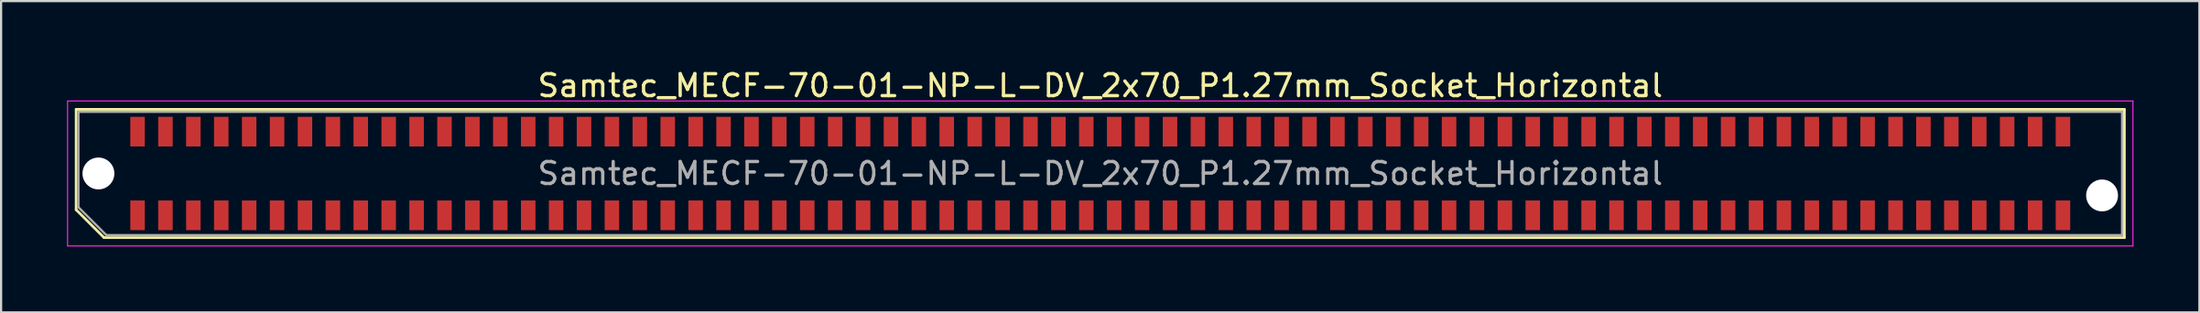
<source format=kicad_pcb>
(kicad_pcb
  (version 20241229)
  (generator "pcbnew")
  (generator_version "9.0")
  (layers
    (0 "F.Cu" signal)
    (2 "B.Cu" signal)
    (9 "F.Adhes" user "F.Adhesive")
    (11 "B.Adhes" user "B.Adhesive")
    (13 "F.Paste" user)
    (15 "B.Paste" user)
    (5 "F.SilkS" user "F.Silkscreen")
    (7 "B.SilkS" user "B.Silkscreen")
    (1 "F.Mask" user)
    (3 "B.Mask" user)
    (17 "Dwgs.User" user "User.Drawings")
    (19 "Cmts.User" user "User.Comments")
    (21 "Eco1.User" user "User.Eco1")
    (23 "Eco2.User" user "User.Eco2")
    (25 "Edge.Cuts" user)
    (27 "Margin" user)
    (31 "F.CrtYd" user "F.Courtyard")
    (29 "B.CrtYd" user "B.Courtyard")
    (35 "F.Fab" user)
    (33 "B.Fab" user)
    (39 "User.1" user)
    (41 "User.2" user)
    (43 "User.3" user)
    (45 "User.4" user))
  (footprint "Samtec_MECF-70-01-NP-L-DV_2x70_P1.27mm_Socket_Horizontal"
    (layer "F.Cu")
    (at 47.025 4.848)
    (property "Reference" "Samtec_MECF-70-01-NP-L-DV_2x70_P1.27mm_Socket_Horizontal" (at 0 -4 0) (layer "F.SilkS") (effects (font (size 1 1) (thickness 0.15))))
    (attr smd)
    (fp_line (start -46.61 -2.92) (end 46.61 -2.92) (stroke (width 0.12) (type solid)) (layer "F.SilkS"))
    (fp_line (start -46.61 1.65) (end -46.61 -2.92) (stroke (width 0.12) (type solid)) (layer "F.SilkS"))
    (fp_line (start -45.34 2.92) (end -46.61 1.65) (stroke (width 0.12) (type solid)) (layer "F.SilkS"))
    (fp_line (start -45.34 2.92) (end 46.61 2.92) (stroke (width 0.12) (type solid)) (layer "F.SilkS"))
    (fp_line (start 46.61 2.92) (end 46.61 -2.92) (stroke (width 0.12) (type solid)) (layer "F.SilkS"))
    (fp_line (start -47 -3.3) (end -47 3.3) (stroke (width 0.05) (type solid)) (layer "F.CrtYd"))
    (fp_line (start -47 3.3) (end 47 3.3) (stroke (width 0.05) (type solid)) (layer "F.CrtYd"))
    (fp_line (start 47 -3.3) (end -47 -3.3) (stroke (width 0.05) (type solid)) (layer "F.CrtYd"))
    (fp_line (start 47 3.3) (end 47 -3.3) (stroke (width 0.05) (type solid)) (layer "F.CrtYd"))
    (fp_line (start -46.505 -2.805) (end 46.505 -2.805) (stroke (width 0.1) (type solid)) (layer "F.Fab"))
    (fp_line (start -46.505 1.535) (end -46.505 -2.805) (stroke (width 0.1) (type solid)) (layer "F.Fab"))
    (fp_line (start -46.505 1.535) (end -45.235 2.805) (stroke (width 0.1) (type solid)) (layer "F.Fab"))
    (fp_line (start -45.235 2.805) (end 46.505 2.805) (stroke (width 0.1) (type solid)) (layer "F.Fab"))
    (fp_line (start 46.505 2.805) (end 46.505 -2.805) (stroke (width 0.1) (type solid)) (layer "F.Fab"))
    (fp_text user "${REFERENCE}" (at 0 0 0) (layer "F.Fab") (effects (font (size 1 1) (thickness 0.15))))
    (pad "" np_thru_hole circle (at -45.595 0) (size 1.45 1.45) (drill 1.45) (layers "*.Cu" "*.Mask"))
    (pad "" np_thru_hole circle (at 45.595 1) (size 1.45 1.45) (drill 1.45) (layers "*.Cu" "*.Mask"))
    (pad "1" smd rect (at -43.815 1.905) (size 0.66 1.35) (layers "F.Cu" "F.Mask" "F.Paste"))
    (pad "2" smd rect (at -43.815 -1.905) (size 0.66 1.35) (layers "F.Cu" "F.Mask" "F.Paste"))
    (pad "3" smd rect (at -42.545 1.905) (size 0.66 1.35) (layers "F.Cu" "F.Mask" "F.Paste"))
    (pad "4" smd rect (at -42.545 -1.905) (size 0.66 1.35) (layers "F.Cu" "F.Mask" "F.Paste"))
    (pad "5" smd rect (at -41.275 1.905) (size 0.66 1.35) (layers "F.Cu" "F.Mask" "F.Paste"))
    (pad "6" smd rect (at -41.275 -1.905) (size 0.66 1.35) (layers "F.Cu" "F.Mask" "F.Paste"))
    (pad "7" smd rect (at -40.005 1.905) (size 0.66 1.35) (layers "F.Cu" "F.Mask" "F.Paste"))
    (pad "8" smd rect (at -40.005 -1.905) (size 0.66 1.35) (layers "F.Cu" "F.Mask" "F.Paste"))
    (pad "9" smd rect (at -38.735 1.905) (size 0.66 1.35) (layers "F.Cu" "F.Mask" "F.Paste"))
    (pad "10" smd rect (at -38.735 -1.905) (size 0.66 1.35) (layers "F.Cu" "F.Mask" "F.Paste"))
    (pad "11" smd rect (at -37.465 1.905) (size 0.66 1.35) (layers "F.Cu" "F.Mask" "F.Paste"))
    (pad "12" smd rect (at -37.465 -1.905) (size 0.66 1.35) (layers "F.Cu" "F.Mask" "F.Paste"))
    (pad "13" smd rect (at -36.195 1.905) (size 0.66 1.35) (layers "F.Cu" "F.Mask" "F.Paste"))
    (pad "14" smd rect (at -36.195 -1.905) (size 0.66 1.35) (layers "F.Cu" "F.Mask" "F.Paste"))
    (pad "15" smd rect (at -34.925 1.905) (size 0.66 1.35) (layers "F.Cu" "F.Mask" "F.Paste"))
    (pad "16" smd rect (at -34.925 -1.905) (size 0.66 1.35) (layers "F.Cu" "F.Mask" "F.Paste"))
    (pad "17" smd rect (at -33.655 1.905) (size 0.66 1.35) (layers "F.Cu" "F.Mask" "F.Paste"))
    (pad "18" smd rect (at -33.655 -1.905) (size 0.66 1.35) (layers "F.Cu" "F.Mask" "F.Paste"))
    (pad "19" smd rect (at -32.385 1.905) (size 0.66 1.35) (layers "F.Cu" "F.Mask" "F.Paste"))
    (pad "20" smd rect (at -32.385 -1.905) (size 0.66 1.35) (layers "F.Cu" "F.Mask" "F.Paste"))
    (pad "21" smd rect (at -31.115 1.905) (size 0.66 1.35) (layers "F.Cu" "F.Mask" "F.Paste"))
    (pad "22" smd rect (at -31.115 -1.905) (size 0.66 1.35) (layers "F.Cu" "F.Mask" "F.Paste"))
    (pad "23" smd rect (at -29.845 1.905) (size 0.66 1.35) (layers "F.Cu" "F.Mask" "F.Paste"))
    (pad "24" smd rect (at -29.845 -1.905) (size 0.66 1.35) (layers "F.Cu" "F.Mask" "F.Paste"))
    (pad "25" smd rect (at -28.575 1.905) (size 0.66 1.35) (layers "F.Cu" "F.Mask" "F.Paste"))
    (pad "26" smd rect (at -28.575 -1.905) (size 0.66 1.35) (layers "F.Cu" "F.Mask" "F.Paste"))
    (pad "27" smd rect (at -27.305 1.905) (size 0.66 1.35) (layers "F.Cu" "F.Mask" "F.Paste"))
    (pad "28" smd rect (at -27.305 -1.905) (size 0.66 1.35) (layers "F.Cu" "F.Mask" "F.Paste"))
    (pad "29" smd rect (at -26.035 1.905) (size 0.66 1.35) (layers "F.Cu" "F.Mask" "F.Paste"))
    (pad "30" smd rect (at -26.035 -1.905) (size 0.66 1.35) (layers "F.Cu" "F.Mask" "F.Paste"))
    (pad "31" smd rect (at -24.765 1.905) (size 0.66 1.35) (layers "F.Cu" "F.Mask" "F.Paste"))
    (pad "32" smd rect (at -24.765 -1.905) (size 0.66 1.35) (layers "F.Cu" "F.Mask" "F.Paste"))
    (pad "33" smd rect (at -23.495 1.905) (size 0.66 1.35) (layers "F.Cu" "F.Mask" "F.Paste"))
    (pad "34" smd rect (at -23.495 -1.905) (size 0.66 1.35) (layers "F.Cu" "F.Mask" "F.Paste"))
    (pad "35" smd rect (at -22.225 1.905) (size 0.66 1.35) (layers "F.Cu" "F.Mask" "F.Paste"))
    (pad "36" smd rect (at -22.225 -1.905) (size 0.66 1.35) (layers "F.Cu" "F.Mask" "F.Paste"))
    (pad "37" smd rect (at -20.955 1.905) (size 0.66 1.35) (layers "F.Cu" "F.Mask" "F.Paste"))
    (pad "38" smd rect (at -20.955 -1.905) (size 0.66 1.35) (layers "F.Cu" "F.Mask" "F.Paste"))
    (pad "39" smd rect (at -19.685 1.905) (size 0.66 1.35) (layers "F.Cu" "F.Mask" "F.Paste"))
    (pad "40" smd rect (at -19.685 -1.905) (size 0.66 1.35) (layers "F.Cu" "F.Mask" "F.Paste"))
    (pad "41" smd rect (at -18.415 1.905) (size 0.66 1.35) (layers "F.Cu" "F.Mask" "F.Paste"))
    (pad "42" smd rect (at -18.415 -1.905) (size 0.66 1.35) (layers "F.Cu" "F.Mask" "F.Paste"))
    (pad "43" smd rect (at -17.145 1.905) (size 0.66 1.35) (layers "F.Cu" "F.Mask" "F.Paste"))
    (pad "44" smd rect (at -17.145 -1.905) (size 0.66 1.35) (layers "F.Cu" "F.Mask" "F.Paste"))
    (pad "45" smd rect (at -15.875 1.905) (size 0.66 1.35) (layers "F.Cu" "F.Mask" "F.Paste"))
    (pad "46" smd rect (at -15.875 -1.905) (size 0.66 1.35) (layers "F.Cu" "F.Mask" "F.Paste"))
    (pad "47" smd rect (at -14.605 1.905) (size 0.66 1.35) (layers "F.Cu" "F.Mask" "F.Paste"))
    (pad "48" smd rect (at -14.605 -1.905) (size 0.66 1.35) (layers "F.Cu" "F.Mask" "F.Paste"))
    (pad "49" smd rect (at -13.335 1.905) (size 0.66 1.35) (layers "F.Cu" "F.Mask" "F.Paste"))
    (pad "50" smd rect (at -13.335 -1.905) (size 0.66 1.35) (layers "F.Cu" "F.Mask" "F.Paste"))
    (pad "51" smd rect (at -12.065 1.905) (size 0.66 1.35) (layers "F.Cu" "F.Mask" "F.Paste"))
    (pad "52" smd rect (at -12.065 -1.905) (size 0.66 1.35) (layers "F.Cu" "F.Mask" "F.Paste"))
    (pad "53" smd rect (at -10.795 1.905) (size 0.66 1.35) (layers "F.Cu" "F.Mask" "F.Paste"))
    (pad "54" smd rect (at -10.795 -1.905) (size 0.66 1.35) (layers "F.Cu" "F.Mask" "F.Paste"))
    (pad "55" smd rect (at -9.525 1.905) (size 0.66 1.35) (layers "F.Cu" "F.Mask" "F.Paste"))
    (pad "56" smd rect (at -9.525 -1.905) (size 0.66 1.35) (layers "F.Cu" "F.Mask" "F.Paste"))
    (pad "57" smd rect (at -8.255 1.905) (size 0.66 1.35) (layers "F.Cu" "F.Mask" "F.Paste"))
    (pad "58" smd rect (at -8.255 -1.905) (size 0.66 1.35) (layers "F.Cu" "F.Mask" "F.Paste"))
    (pad "59" smd rect (at -6.985 1.905) (size 0.66 1.35) (layers "F.Cu" "F.Mask" "F.Paste"))
    (pad "60" smd rect (at -6.985 -1.905) (size 0.66 1.35) (layers "F.Cu" "F.Mask" "F.Paste"))
    (pad "61" smd rect (at -5.715 1.905) (size 0.66 1.35) (layers "F.Cu" "F.Mask" "F.Paste"))
    (pad "62" smd rect (at -5.715 -1.905) (size 0.66 1.35) (layers "F.Cu" "F.Mask" "F.Paste"))
    (pad "63" smd rect (at -4.445 1.905) (size 0.66 1.35) (layers "F.Cu" "F.Mask" "F.Paste"))
    (pad "64" smd rect (at -4.445 -1.905) (size 0.66 1.35) (layers "F.Cu" "F.Mask" "F.Paste"))
    (pad "65" smd rect (at -3.175 1.905) (size 0.66 1.35) (layers "F.Cu" "F.Mask" "F.Paste"))
    (pad "66" smd rect (at -3.175 -1.905) (size 0.66 1.35) (layers "F.Cu" "F.Mask" "F.Paste"))
    (pad "67" smd rect (at -1.905 1.905) (size 0.66 1.35) (layers "F.Cu" "F.Mask" "F.Paste"))
    (pad "68" smd rect (at -1.905 -1.905) (size 0.66 1.35) (layers "F.Cu" "F.Mask" "F.Paste"))
    (pad "69" smd rect (at -0.635 1.905) (size 0.66 1.35) (layers "F.Cu" "F.Mask" "F.Paste"))
    (pad "70" smd rect (at -0.635 -1.905) (size 0.66 1.35) (layers "F.Cu" "F.Mask" "F.Paste"))
    (pad "71" smd rect (at 0.635 1.905) (size 0.66 1.35) (layers "F.Cu" "F.Mask" "F.Paste"))
    (pad "72" smd rect (at 0.635 -1.905) (size 0.66 1.35) (layers "F.Cu" "F.Mask" "F.Paste"))
    (pad "73" smd rect (at 1.905 1.905) (size 0.66 1.35) (layers "F.Cu" "F.Mask" "F.Paste"))
    (pad "74" smd rect (at 1.905 -1.905) (size 0.66 1.35) (layers "F.Cu" "F.Mask" "F.Paste"))
    (pad "75" smd rect (at 3.175 1.905) (size 0.66 1.35) (layers "F.Cu" "F.Mask" "F.Paste"))
    (pad "76" smd rect (at 3.175 -1.905) (size 0.66 1.35) (layers "F.Cu" "F.Mask" "F.Paste"))
    (pad "77" smd rect (at 4.445 1.905) (size 0.66 1.35) (layers "F.Cu" "F.Mask" "F.Paste"))
    (pad "78" smd rect (at 4.445 -1.905) (size 0.66 1.35) (layers "F.Cu" "F.Mask" "F.Paste"))
    (pad "79" smd rect (at 5.715 1.905) (size 0.66 1.35) (layers "F.Cu" "F.Mask" "F.Paste"))
    (pad "80" smd rect (at 5.715 -1.905) (size 0.66 1.35) (layers "F.Cu" "F.Mask" "F.Paste"))
    (pad "81" smd rect (at 6.985 1.905) (size 0.66 1.35) (layers "F.Cu" "F.Mask" "F.Paste"))
    (pad "82" smd rect (at 6.985 -1.905) (size 0.66 1.35) (layers "F.Cu" "F.Mask" "F.Paste"))
    (pad "83" smd rect (at 8.255 1.905) (size 0.66 1.35) (layers "F.Cu" "F.Mask" "F.Paste"))
    (pad "84" smd rect (at 8.255 -1.905) (size 0.66 1.35) (layers "F.Cu" "F.Mask" "F.Paste"))
    (pad "85" smd rect (at 9.525 1.905) (size 0.66 1.35) (layers "F.Cu" "F.Mask" "F.Paste"))
    (pad "86" smd rect (at 9.525 -1.905) (size 0.66 1.35) (layers "F.Cu" "F.Mask" "F.Paste"))
    (pad "87" smd rect (at 10.795 1.905) (size 0.66 1.35) (layers "F.Cu" "F.Mask" "F.Paste"))
    (pad "88" smd rect (at 10.795 -1.905) (size 0.66 1.35) (layers "F.Cu" "F.Mask" "F.Paste"))
    (pad "89" smd rect (at 12.065 1.905) (size 0.66 1.35) (layers "F.Cu" "F.Mask" "F.Paste"))
    (pad "90" smd rect (at 12.065 -1.905) (size 0.66 1.35) (layers "F.Cu" "F.Mask" "F.Paste"))
    (pad "91" smd rect (at 13.335 1.905) (size 0.66 1.35) (layers "F.Cu" "F.Mask" "F.Paste"))
    (pad "92" smd rect (at 13.335 -1.905) (size 0.66 1.35) (layers "F.Cu" "F.Mask" "F.Paste"))
    (pad "93" smd rect (at 14.605 1.905) (size 0.66 1.35) (layers "F.Cu" "F.Mask" "F.Paste"))
    (pad "94" smd rect (at 14.605 -1.905) (size 0.66 1.35) (layers "F.Cu" "F.Mask" "F.Paste"))
    (pad "95" smd rect (at 15.875 1.905) (size 0.66 1.35) (layers "F.Cu" "F.Mask" "F.Paste"))
    (pad "96" smd rect (at 15.875 -1.905) (size 0.66 1.35) (layers "F.Cu" "F.Mask" "F.Paste"))
    (pad "97" smd rect (at 17.145 1.905) (size 0.66 1.35) (layers "F.Cu" "F.Mask" "F.Paste"))
    (pad "98" smd rect (at 17.145 -1.905) (size 0.66 1.35) (layers "F.Cu" "F.Mask" "F.Paste"))
    (pad "99" smd rect (at 18.415 1.905) (size 0.66 1.35) (layers "F.Cu" "F.Mask" "F.Paste"))
    (pad "100" smd rect (at 18.415 -1.905) (size 0.66 1.35) (layers "F.Cu" "F.Mask" "F.Paste"))
    (pad "101" smd rect (at 19.685 1.905) (size 0.66 1.35) (layers "F.Cu" "F.Mask" "F.Paste"))
    (pad "102" smd rect (at 19.685 -1.905) (size 0.66 1.35) (layers "F.Cu" "F.Mask" "F.Paste"))
    (pad "103" smd rect (at 20.955 1.905) (size 0.66 1.35) (layers "F.Cu" "F.Mask" "F.Paste"))
    (pad "104" smd rect (at 20.955 -1.905) (size 0.66 1.35) (layers "F.Cu" "F.Mask" "F.Paste"))
    (pad "105" smd rect (at 22.225 1.905) (size 0.66 1.35) (layers "F.Cu" "F.Mask" "F.Paste"))
    (pad "106" smd rect (at 22.225 -1.905) (size 0.66 1.35) (layers "F.Cu" "F.Mask" "F.Paste"))
    (pad "107" smd rect (at 23.495 1.905) (size 0.66 1.35) (layers "F.Cu" "F.Mask" "F.Paste"))
    (pad "108" smd rect (at 23.495 -1.905) (size 0.66 1.35) (layers "F.Cu" "F.Mask" "F.Paste"))
    (pad "109" smd rect (at 24.765 1.905) (size 0.66 1.35) (layers "F.Cu" "F.Mask" "F.Paste"))
    (pad "110" smd rect (at 24.765 -1.905) (size 0.66 1.35) (layers "F.Cu" "F.Mask" "F.Paste"))
    (pad "111" smd rect (at 26.035 1.905) (size 0.66 1.35) (layers "F.Cu" "F.Mask" "F.Paste"))
    (pad "112" smd rect (at 26.035 -1.905) (size 0.66 1.35) (layers "F.Cu" "F.Mask" "F.Paste"))
    (pad "113" smd rect (at 27.305 1.905) (size 0.66 1.35) (layers "F.Cu" "F.Mask" "F.Paste"))
    (pad "114" smd rect (at 27.305 -1.905) (size 0.66 1.35) (layers "F.Cu" "F.Mask" "F.Paste"))
    (pad "115" smd rect (at 28.575 1.905) (size 0.66 1.35) (layers "F.Cu" "F.Mask" "F.Paste"))
    (pad "116" smd rect (at 28.575 -1.905) (size 0.66 1.35) (layers "F.Cu" "F.Mask" "F.Paste"))
    (pad "117" smd rect (at 29.845 1.905) (size 0.66 1.35) (layers "F.Cu" "F.Mask" "F.Paste"))
    (pad "118" smd rect (at 29.845 -1.905) (size 0.66 1.35) (layers "F.Cu" "F.Mask" "F.Paste"))
    (pad "119" smd rect (at 31.115 1.905) (size 0.66 1.35) (layers "F.Cu" "F.Mask" "F.Paste"))
    (pad "120" smd rect (at 31.115 -1.905) (size 0.66 1.35) (layers "F.Cu" "F.Mask" "F.Paste"))
    (pad "121" smd rect (at 32.385 1.905) (size 0.66 1.35) (layers "F.Cu" "F.Mask" "F.Paste"))
    (pad "122" smd rect (at 32.385 -1.905) (size 0.66 1.35) (layers "F.Cu" "F.Mask" "F.Paste"))
    (pad "123" smd rect (at 33.655 1.905) (size 0.66 1.35) (layers "F.Cu" "F.Mask" "F.Paste"))
    (pad "124" smd rect (at 33.655 -1.905) (size 0.66 1.35) (layers "F.Cu" "F.Mask" "F.Paste"))
    (pad "125" smd rect (at 34.925 1.905) (size 0.66 1.35) (layers "F.Cu" "F.Mask" "F.Paste"))
    (pad "126" smd rect (at 34.925 -1.905) (size 0.66 1.35) (layers "F.Cu" "F.Mask" "F.Paste"))
    (pad "127" smd rect (at 36.195 1.905) (size 0.66 1.35) (layers "F.Cu" "F.Mask" "F.Paste"))
    (pad "128" smd rect (at 36.195 -1.905) (size 0.66 1.35) (layers "F.Cu" "F.Mask" "F.Paste"))
    (pad "129" smd rect (at 37.465 1.905) (size 0.66 1.35) (layers "F.Cu" "F.Mask" "F.Paste"))
    (pad "130" smd rect (at 37.465 -1.905) (size 0.66 1.35) (layers "F.Cu" "F.Mask" "F.Paste"))
    (pad "131" smd rect (at 38.735 1.905) (size 0.66 1.35) (layers "F.Cu" "F.Mask" "F.Paste"))
    (pad "132" smd rect (at 38.735 -1.905) (size 0.66 1.35) (layers "F.Cu" "F.Mask" "F.Paste"))
    (pad "133" smd rect (at 40.005 1.905) (size 0.66 1.35) (layers "F.Cu" "F.Mask" "F.Paste"))
    (pad "134" smd rect (at 40.005 -1.905) (size 0.66 1.35) (layers "F.Cu" "F.Mask" "F.Paste"))
    (pad "135" smd rect (at 41.275 1.905) (size 0.66 1.35) (layers "F.Cu" "F.Mask" "F.Paste"))
    (pad "136" smd rect (at 41.275 -1.905) (size 0.66 1.35) (layers "F.Cu" "F.Mask" "F.Paste"))
    (pad "137" smd rect (at 42.545 1.905) (size 0.66 1.35) (layers "F.Cu" "F.Mask" "F.Paste"))
    (pad "138" smd rect (at 42.545 -1.905) (size 0.66 1.35) (layers "F.Cu" "F.Mask" "F.Paste"))
    (pad "139" smd rect (at 43.815 1.905) (size 0.66 1.35) (layers "F.Cu" "F.Mask" "F.Paste"))
    (pad "140" smd rect (at 43.815 -1.905) (size 0.66 1.35) (layers "F.Cu" "F.Mask" "F.Paste")))
  (gr_rect
    (start -3 -3)
    (end 97.05 11.173)
    (stroke (width 0.1) (type default))
    (fill no)
    (layer "Edge.Cuts")))
</source>
